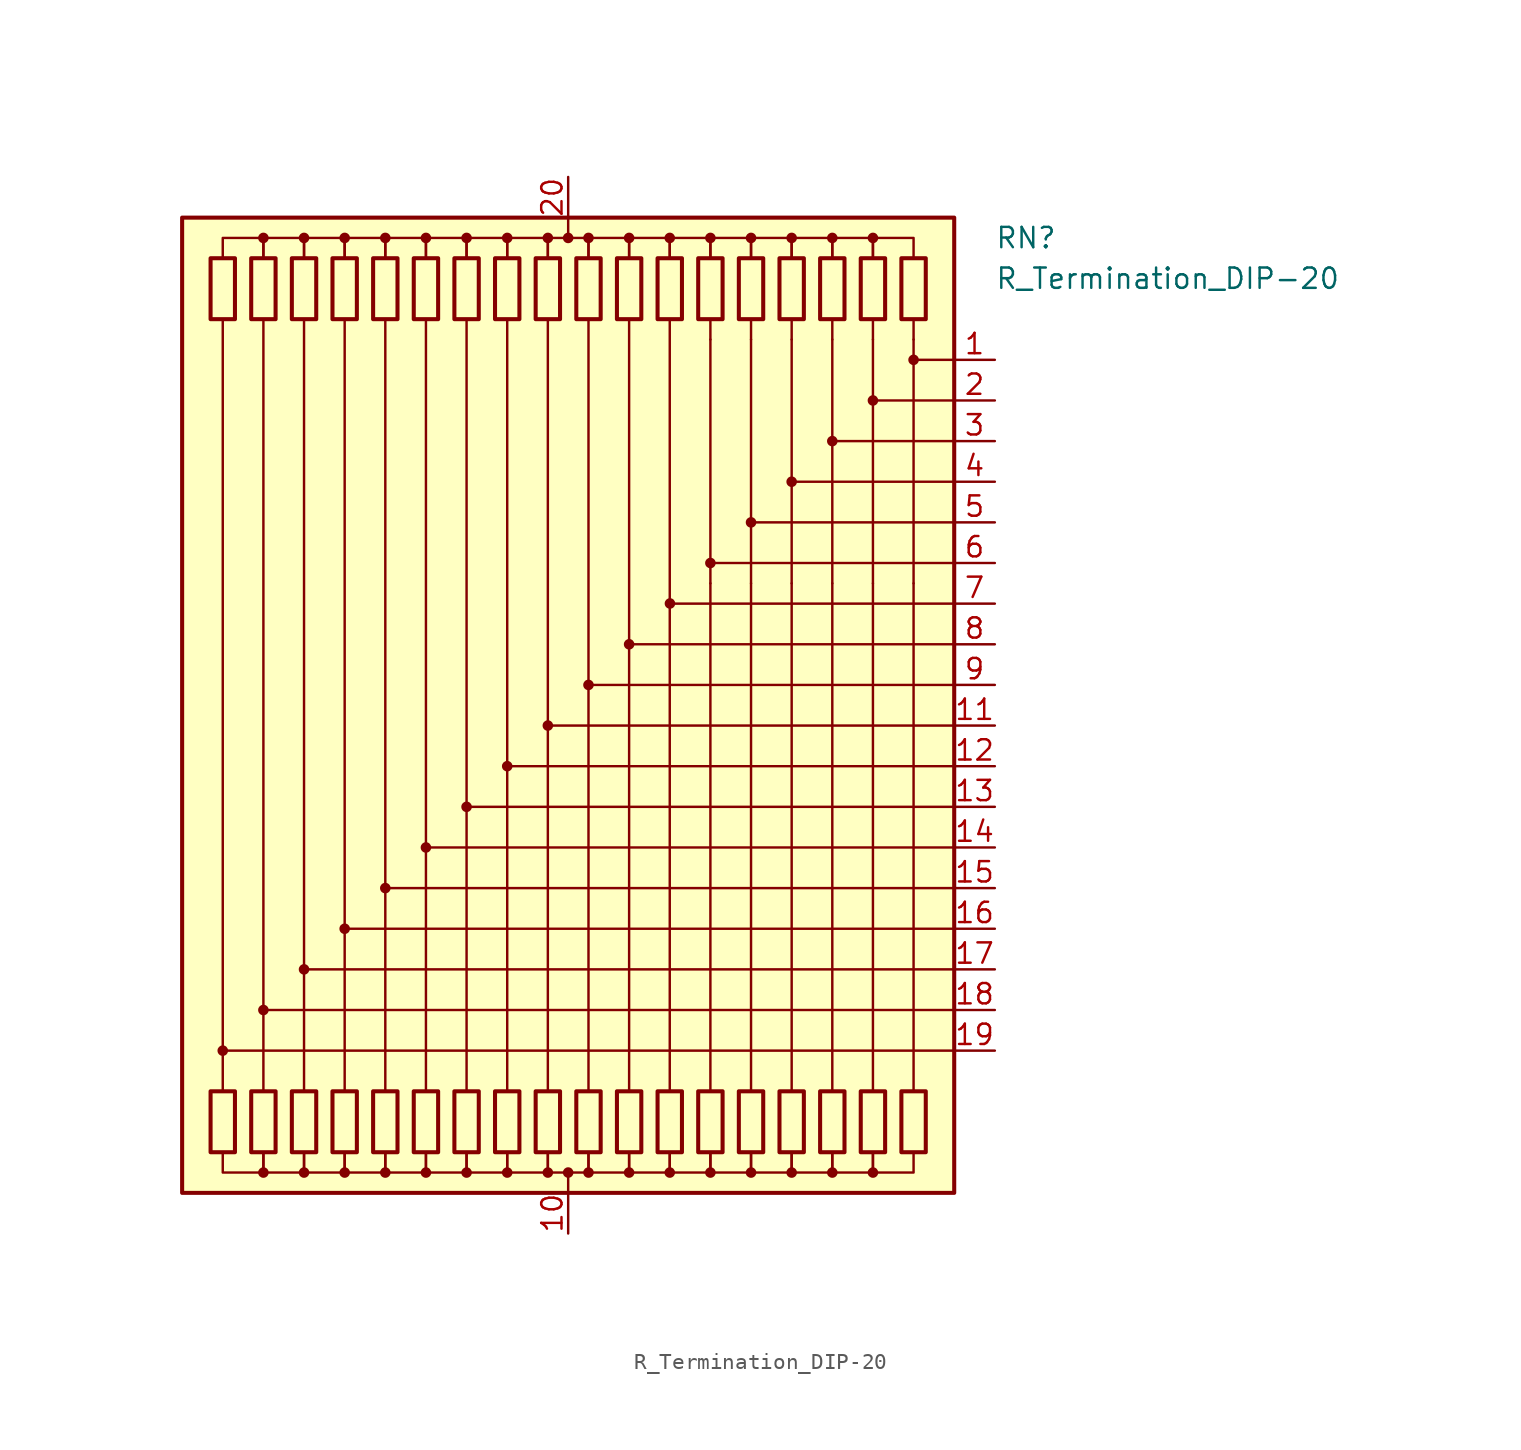
<source format=kicad_sym>
(kicad_symbol_lib
  (version 20211014)
  (generator kicad_symbol_editor)
  (symbol "R_Termination_DIP-20"
    (pin_names
      (offset 0.002) hide)
    (property "Reference" "RN"
      (at 26.67 29.21 0)
      (effects (font (size 1.27 1.27)) (justify left)))
    (property "Value" "R_Termination_DIP-20"
      (at 26.67 26.67 0)
      (effects (font (size 1.27 1.27)) (justify left)))
    (symbol "R_Termination_DIP-20_0_1"
      (rectangle (start -24.13 30.48) (end 24.13 -30.48) (stroke (width 0.254) (type default) (color 0 0 0 0)) (fill (type background)))
      (rectangle (start -22.352 27.94) (end -20.828 24.13) (stroke (width 0.254) (type default) (color 0 0 0 0)) (fill (type none)))
      (circle (center -21.59 -21.59) (radius 0.254) (stroke (width 0) (type default) (color 0 0 0 0)) (fill (type outline)))
      (rectangle (start -20.828 -27.94) (end -22.352 -24.13) (stroke (width 0.254) (type default) (color 0 0 0 0)) (fill (type none)))
      (rectangle (start -19.812 27.94) (end -18.288 24.13) (stroke (width 0.254) (type default) (color 0 0 0 0)) (fill (type none)))
      (circle (center -19.05 -29.21) (radius 0.254) (stroke (width 0) (type default) (color 0 0 0 0)) (fill (type outline)))
      (circle (center -19.05 -19.05) (radius 0.254) (stroke (width 0) (type default) (color 0 0 0 0)) (fill (type outline)))
      (circle (center -19.05 29.21) (radius 0.254) (stroke (width 0) (type default) (color 0 0 0 0)) (fill (type outline)))
      (rectangle (start -18.288 -27.94) (end -19.812 -24.13) (stroke (width 0.254) (type default) (color 0 0 0 0)) (fill (type none)))
      (rectangle (start -17.272 27.94) (end -15.748 24.13) (stroke (width 0.254) (type default) (color 0 0 0 0)) (fill (type none)))
      (circle (center -16.51 -29.21) (radius 0.254) (stroke (width 0) (type default) (color 0 0 0 0)) (fill (type outline)))
      (circle (center -16.51 -16.51) (radius 0.254) (stroke (width 0) (type default) (color 0 0 0 0)) (fill (type outline)))
      (circle (center -16.51 29.21) (radius 0.254) (stroke (width 0) (type default) (color 0 0 0 0)) (fill (type outline)))
      (rectangle (start -15.748 -27.94) (end -17.272 -24.13) (stroke (width 0.254) (type default) (color 0 0 0 0)) (fill (type none)))
      (rectangle (start -14.732 27.94) (end -13.208 24.13) (stroke (width 0.254) (type default) (color 0 0 0 0)) (fill (type none)))
      (circle (center -13.97 -29.21) (radius 0.254) (stroke (width 0) (type default) (color 0 0 0 0)) (fill (type outline)))
      (circle (center -13.97 -13.97) (radius 0.254) (stroke (width 0) (type default) (color 0 0 0 0)) (fill (type outline)))
      (circle (center -13.97 29.21) (radius 0.254) (stroke (width 0) (type default) (color 0 0 0 0)) (fill (type outline)))
      (rectangle (start -13.208 -27.94) (end -14.732 -24.13) (stroke (width 0.254) (type default) (color 0 0 0 0)) (fill (type none)))
      (rectangle (start -12.192 27.94) (end -10.668 24.13) (stroke (width 0.254) (type default) (color 0 0 0 0)) (fill (type none)))
      (circle (center -11.43 -29.21) (radius 0.254) (stroke (width 0) (type default) (color 0 0 0 0)) (fill (type outline)))
      (circle (center -11.43 -11.43) (radius 0.254) (stroke (width 0) (type default) (color 0 0 0 0)) (fill (type outline)))
      (circle (center -11.43 29.21) (radius 0.254) (stroke (width 0) (type default) (color 0 0 0 0)) (fill (type outline)))
      (rectangle (start -10.668 -27.94) (end -12.192 -24.13) (stroke (width 0.254) (type default) (color 0 0 0 0)) (fill (type none)))
      (rectangle (start -9.652 27.94) (end -8.128 24.13) (stroke (width 0.254) (type default) (color 0 0 0 0)) (fill (type none)))
      (circle (center -8.89 -29.21) (radius 0.254) (stroke (width 0) (type default) (color 0 0 0 0)) (fill (type outline)))
      (circle (center -8.89 -8.89) (radius 0.254) (stroke (width 0) (type default) (color 0 0 0 0)) (fill (type outline)))
      (circle (center -8.89 29.21) (radius 0.254) (stroke (width 0) (type default) (color 0 0 0 0)) (fill (type outline)))
      (rectangle (start -8.128 -27.94) (end -9.652 -24.13) (stroke (width 0.254) (type default) (color 0 0 0 0)) (fill (type none)))
      (rectangle (start -7.112 27.94) (end -5.588 24.13) (stroke (width 0.254) (type default) (color 0 0 0 0)) (fill (type none)))
      (circle (center -6.35 -29.21) (radius 0.254) (stroke (width 0) (type default) (color 0 0 0 0)) (fill (type outline)))
      (circle (center -6.35 -6.35) (radius 0.254) (stroke (width 0) (type default) (color 0 0 0 0)) (fill (type outline)))
      (circle (center -6.35 29.21) (radius 0.254) (stroke (width 0) (type default) (color 0 0 0 0)) (fill (type outline)))
      (rectangle (start -5.588 -27.94) (end -7.112 -24.13) (stroke (width 0.254) (type default) (color 0 0 0 0)) (fill (type none)))
      (rectangle (start -4.572 27.94) (end -3.048 24.13) (stroke (width 0.254) (type default) (color 0 0 0 0)) (fill (type none)))
      (circle (center -3.81 -29.21) (radius 0.254) (stroke (width 0) (type default) (color 0 0 0 0)) (fill (type outline)))
      (circle (center -3.81 -3.81) (radius 0.254) (stroke (width 0) (type default) (color 0 0 0 0)) (fill (type outline)))
      (circle (center -3.81 29.21) (radius 0.254) (stroke (width 0) (type default) (color 0 0 0 0)) (fill (type outline)))
      (rectangle (start -3.048 -27.94) (end -4.572 -24.13) (stroke (width 0.254) (type default) (color 0 0 0 0)) (fill (type none)))
      (rectangle (start -2.032 27.94) (end -0.508 24.13) (stroke (width 0.254) (type default) (color 0 0 0 0)) (fill (type none)))
      (circle (center -1.27 -29.21) (radius 0.254) (stroke (width 0) (type default) (color 0 0 0 0)) (fill (type outline)))
      (circle (center -1.27 -1.27) (radius 0.254) (stroke (width 0) (type default) (color 0 0 0 0)) (fill (type outline)))
      (circle (center -1.27 29.21) (radius 0.254) (stroke (width 0) (type default) (color 0 0 0 0)) (fill (type outline)))
      (rectangle (start -0.508 -27.94) (end -2.032 -24.13) (stroke (width 0.254) (type default) (color 0 0 0 0)) (fill (type none)))
      (circle (center 0 -29.21) (radius 0.254) (stroke (width 0) (type default) (color 0 0 0 0)) (fill (type outline)))
      (polyline (pts (xy -21.59 -21.59) (xy 24.13 -21.59)) (stroke (width 0.152) (type default) (color 0 0 0 0)) (fill (type none)))
      (polyline (pts (xy -21.59 24.13) (xy -21.59 -24.13)) (stroke (width 0) (type default) (color 0 0 0 0)) (fill (type none)))
      (polyline (pts (xy -19.05 24.13) (xy -19.05 -24.13)) (stroke (width 0) (type default) (color 0 0 0 0)) (fill (type none)))
      (polyline (pts (xy -16.51 24.13) (xy -16.51 -24.13)) (stroke (width 0) (type default) (color 0 0 0 0)) (fill (type none)))
      (polyline (pts (xy -13.97 24.13) (xy -13.97 -24.13)) (stroke (width 0) (type default) (color 0 0 0 0)) (fill (type none)))
      (polyline (pts (xy -11.43 24.13) (xy -11.43 -24.13)) (stroke (width 0) (type default) (color 0 0 0 0)) (fill (type none)))
      (polyline (pts (xy -8.89 24.13) (xy -8.89 -24.13)) (stroke (width 0) (type default) (color 0 0 0 0)) (fill (type none)))
      (polyline (pts (xy -6.35 24.13) (xy -6.35 -24.13)) (stroke (width 0) (type default) (color 0 0 0 0)) (fill (type none)))
      (polyline (pts (xy -3.81 24.13) (xy -3.81 -24.13)) (stroke (width 0) (type default) (color 0 0 0 0)) (fill (type none)))
      (polyline (pts (xy -1.27 24.13) (xy -1.27 -24.13)) (stroke (width 0) (type default) (color 0 0 0 0)) (fill (type none)))
      (polyline (pts (xy 0 -30.48) (xy 0 -29.21)) (stroke (width 0) (type default) (color 0 0 0 0)) (fill (type none)))
      (polyline (pts (xy 0 30.48) (xy 0 29.21)) (stroke (width 0) (type default) (color 0 0 0 0)) (fill (type none)))
      (polyline (pts (xy 1.27 24.13) (xy 1.27 -24.13)) (stroke (width 0) (type default) (color 0 0 0 0)) (fill (type none)))
      (polyline (pts (xy 3.81 24.13) (xy 3.81 -24.13)) (stroke (width 0) (type default) (color 0 0 0 0)) (fill (type none)))
      (polyline (pts (xy 6.35 24.13) (xy 6.35 -24.13)) (stroke (width 0) (type default) (color 0 0 0 0)) (fill (type none)))
      (polyline (pts (xy 8.89 -24.13) (xy 8.89 7.62)) (stroke (width 0) (type default) (color 0 0 0 0)) (fill (type none)))
      (polyline (pts (xy 8.89 22.86) (xy 8.89 7.62)) (stroke (width 0.152) (type default) (color 0 0 0 0)) (fill (type none)))
      (polyline (pts (xy 8.89 24.13) (xy 8.89 22.86)) (stroke (width 0) (type default) (color 0 0 0 0)) (fill (type none)))
      (polyline (pts (xy 11.43 -24.13) (xy 11.43 7.62)) (stroke (width 0) (type default) (color 0 0 0 0)) (fill (type none)))
      (polyline (pts (xy 11.43 22.86) (xy 11.43 7.62)) (stroke (width 0.152) (type default) (color 0 0 0 0)) (fill (type none)))
      (polyline (pts (xy 11.43 24.13) (xy 11.43 22.86)) (stroke (width 0) (type default) (color 0 0 0 0)) (fill (type none)))
      (polyline (pts (xy 13.97 -24.13) (xy 13.97 7.62)) (stroke (width 0) (type default) (color 0 0 0 0)) (fill (type none)))
      (polyline (pts (xy 13.97 22.86) (xy 13.97 7.62)) (stroke (width 0.152) (type default) (color 0 0 0 0)) (fill (type none)))
      (polyline (pts (xy 13.97 24.13) (xy 13.97 22.86)) (stroke (width 0) (type default) (color 0 0 0 0)) (fill (type none)))
      (polyline (pts (xy 16.51 -24.13) (xy 16.51 7.62)) (stroke (width 0) (type default) (color 0 0 0 0)) (fill (type none)))
      (polyline (pts (xy 16.51 22.86) (xy 16.51 7.62)) (stroke (width 0.152) (type default) (color 0 0 0 0)) (fill (type none)))
      (polyline (pts (xy 16.51 24.13) (xy 16.51 22.86)) (stroke (width 0) (type default) (color 0 0 0 0)) (fill (type none)))
      (polyline (pts (xy 19.05 -24.13) (xy 19.05 7.62)) (stroke (width 0) (type default) (color 0 0 0 0)) (fill (type none)))
      (polyline (pts (xy 19.05 22.86) (xy 19.05 7.62)) (stroke (width 0.152) (type default) (color 0 0 0 0)) (fill (type none)))
      (polyline (pts (xy 19.05 24.13) (xy 19.05 22.86)) (stroke (width 0) (type default) (color 0 0 0 0)) (fill (type none)))
      (polyline (pts (xy 21.59 -24.13) (xy 21.59 7.62)) (stroke (width 0) (type default) (color 0 0 0 0)) (fill (type none)))
      (polyline (pts (xy 21.59 22.86) (xy 21.59 7.62)) (stroke (width 0.152) (type default) (color 0 0 0 0)) (fill (type none)))
      (polyline (pts (xy 21.59 24.13) (xy 21.59 22.86)) (stroke (width 0) (type default) (color 0 0 0 0)) (fill (type none)))
      (polyline (pts (xy 24.13 -19.05) (xy -19.05 -19.05)) (stroke (width 0.152) (type default) (color 0 0 0 0)) (fill (type none)))
      (polyline (pts (xy 24.13 -16.51) (xy -16.51 -16.51)) (stroke (width 0.152) (type default) (color 0 0 0 0)) (fill (type none)))
      (polyline (pts (xy 24.13 -13.97) (xy -13.97 -13.97)) (stroke (width 0.152) (type default) (color 0 0 0 0)) (fill (type none)))
      (polyline (pts (xy 24.13 -11.43) (xy -11.43 -11.43)) (stroke (width 0.152) (type default) (color 0 0 0 0)) (fill (type none)))
      (polyline (pts (xy 24.13 -8.89) (xy -8.89 -8.89)) (stroke (width 0.152) (type default) (color 0 0 0 0)) (fill (type none)))
      (polyline (pts (xy 24.13 -6.35) (xy -6.35 -6.35)) (stroke (width 0.152) (type default) (color 0 0 0 0)) (fill (type none)))
      (polyline (pts (xy 24.13 -3.81) (xy -3.81 -3.81)) (stroke (width 0.152) (type default) (color 0 0 0 0)) (fill (type none)))
      (polyline (pts (xy 24.13 -1.27) (xy -1.27 -1.27)) (stroke (width 0.152) (type default) (color 0 0 0 0)) (fill (type none)))
      (polyline (pts (xy 24.13 1.27) (xy 1.27 1.27)) (stroke (width 0.152) (type default) (color 0 0 0 0)) (fill (type none)))
      (polyline (pts (xy 24.13 3.81) (xy 3.81 3.81)) (stroke (width 0.152) (type default) (color 0 0 0 0)) (fill (type none)))
      (polyline (pts (xy 24.13 6.35) (xy 6.35 6.35)) (stroke (width 0.152) (type default) (color 0 0 0 0)) (fill (type none)))
      (polyline (pts (xy 24.13 8.89) (xy 8.89 8.89)) (stroke (width 0.152) (type default) (color 0 0 0 0)) (fill (type none)))
      (polyline (pts (xy 24.13 11.43) (xy 11.43 11.43)) (stroke (width 0.152) (type default) (color 0 0 0 0)) (fill (type none)))
      (polyline (pts (xy 24.13 13.97) (xy 13.97 13.97)) (stroke (width 0.152) (type default) (color 0 0 0 0)) (fill (type none)))
      (polyline (pts (xy 24.13 16.51) (xy 16.51 16.51)) (stroke (width 0.152) (type default) (color 0 0 0 0)) (fill (type none)))
      (polyline (pts (xy 24.13 19.05) (xy 19.05 19.05)) (stroke (width 0.152) (type default) (color 0 0 0 0)) (fill (type none)))
      (polyline (pts (xy 24.13 21.59) (xy 21.59 21.59)) (stroke (width 0.152) (type default) (color 0 0 0 0)) (fill (type none)))
      (polyline (pts (xy -21.59 27.94) (xy -21.59 29.21) (xy -19.05 29.21) (xy -19.05 27.94)) (stroke (width 0) (type default) (color 0 0 0 0)) (fill (type none)))
      (polyline (pts (xy -19.05 -27.94) (xy -19.05 -29.21) (xy -21.59 -29.21) (xy -21.59 -27.94)) (stroke (width 0) (type default) (color 0 0 0 0)) (fill (type none)))
      (polyline (pts (xy -19.05 27.94) (xy -19.05 29.21) (xy -16.51 29.21) (xy -16.51 27.94)) (stroke (width 0) (type default) (color 0 0 0 0)) (fill (type none)))
      (polyline (pts (xy -16.51 -27.94) (xy -16.51 -29.21) (xy -19.05 -29.21) (xy -19.05 -27.94)) (stroke (width 0) (type default) (color 0 0 0 0)) (fill (type none)))
      (polyline (pts (xy -16.51 27.94) (xy -16.51 29.21) (xy -13.97 29.21) (xy -13.97 27.94)) (stroke (width 0) (type default) (color 0 0 0 0)) (fill (type none)))
      (polyline (pts (xy -13.97 -27.94) (xy -13.97 -29.21) (xy -16.51 -29.21) (xy -16.51 -27.94)) (stroke (width 0) (type default) (color 0 0 0 0)) (fill (type none)))
      (polyline (pts (xy -13.97 27.94) (xy -13.97 29.21) (xy -11.43 29.21) (xy -11.43 27.94)) (stroke (width 0) (type default) (color 0 0 0 0)) (fill (type none)))
      (polyline (pts (xy -11.43 -27.94) (xy -11.43 -29.21) (xy -13.97 -29.21) (xy -13.97 -27.94)) (stroke (width 0) (type default) (color 0 0 0 0)) (fill (type none)))
      (polyline (pts (xy -11.43 27.94) (xy -11.43 29.21) (xy -8.89 29.21) (xy -8.89 27.94)) (stroke (width 0) (type default) (color 0 0 0 0)) (fill (type none)))
      (polyline (pts (xy -8.89 -27.94) (xy -8.89 -29.21) (xy -11.43 -29.21) (xy -11.43 -27.94)) (stroke (width 0) (type default) (color 0 0 0 0)) (fill (type none)))
      (polyline (pts (xy -8.89 27.94) (xy -8.89 29.21) (xy -6.35 29.21) (xy -6.35 27.94)) (stroke (width 0) (type default) (color 0 0 0 0)) (fill (type none)))
      (polyline (pts (xy -6.35 -27.94) (xy -6.35 -29.21) (xy -8.89 -29.21) (xy -8.89 -27.94)) (stroke (width 0) (type default) (color 0 0 0 0)) (fill (type none)))
      (polyline (pts (xy -6.35 27.94) (xy -6.35 29.21) (xy -3.81 29.21) (xy -3.81 27.94)) (stroke (width 0) (type default) (color 0 0 0 0)) (fill (type none)))
      (polyline (pts (xy -3.81 -27.94) (xy -3.81 -29.21) (xy -6.35 -29.21) (xy -6.35 -27.94)) (stroke (width 0) (type default) (color 0 0 0 0)) (fill (type none)))
      (polyline (pts (xy -3.81 27.94) (xy -3.81 29.21) (xy -1.27 29.21) (xy -1.27 27.94)) (stroke (width 0) (type default) (color 0 0 0 0)) (fill (type none)))
      (polyline (pts (xy -1.27 -27.94) (xy -1.27 -29.21) (xy -3.81 -29.21) (xy -3.81 -27.94)) (stroke (width 0) (type default) (color 0 0 0 0)) (fill (type none)))
      (polyline (pts (xy -1.27 27.94) (xy -1.27 29.21) (xy 1.27 29.21) (xy 1.27 27.94)) (stroke (width 0) (type default) (color 0 0 0 0)) (fill (type none)))
      (polyline (pts (xy 1.27 -27.94) (xy 1.27 -29.21) (xy -1.27 -29.21) (xy -1.27 -27.94)) (stroke (width 0) (type default) (color 0 0 0 0)) (fill (type none)))
      (polyline (pts (xy 1.27 27.94) (xy 1.27 29.21) (xy 3.81 29.21) (xy 3.81 27.94)) (stroke (width 0) (type default) (color 0 0 0 0)) (fill (type none)))
      (polyline (pts (xy 3.81 -27.94) (xy 3.81 -29.21) (xy 1.27 -29.21) (xy 1.27 -27.94)) (stroke (width 0) (type default) (color 0 0 0 0)) (fill (type none)))
      (polyline (pts (xy 3.81 27.94) (xy 3.81 29.21) (xy 6.35 29.21) (xy 6.35 27.94)) (stroke (width 0) (type default) (color 0 0 0 0)) (fill (type none)))
      (polyline (pts (xy 6.35 -27.94) (xy 6.35 -29.21) (xy 3.81 -29.21) (xy 3.81 -27.94)) (stroke (width 0) (type default) (color 0 0 0 0)) (fill (type none)))
      (polyline (pts (xy 6.35 27.94) (xy 6.35 29.21) (xy 8.89 29.21) (xy 8.89 27.94)) (stroke (width 0) (type default) (color 0 0 0 0)) (fill (type none)))
      (polyline (pts (xy 8.89 -27.94) (xy 8.89 -29.21) (xy 6.35 -29.21) (xy 6.35 -27.94)) (stroke (width 0) (type default) (color 0 0 0 0)) (fill (type none)))
      (polyline (pts (xy 8.89 27.94) (xy 8.89 29.21) (xy 11.43 29.21) (xy 11.43 27.94)) (stroke (width 0) (type default) (color 0 0 0 0)) (fill (type none)))
      (polyline (pts (xy 11.43 -27.94) (xy 11.43 -29.21) (xy 8.89 -29.21) (xy 8.89 -27.94)) (stroke (width 0) (type default) (color 0 0 0 0)) (fill (type none)))
      (polyline (pts (xy 11.43 27.94) (xy 11.43 29.21) (xy 13.97 29.21) (xy 13.97 27.94)) (stroke (width 0) (type default) (color 0 0 0 0)) (fill (type none)))
      (polyline (pts (xy 13.97 -27.94) (xy 13.97 -29.21) (xy 11.43 -29.21) (xy 11.43 -27.94)) (stroke (width 0) (type default) (color 0 0 0 0)) (fill (type none)))
      (polyline (pts (xy 13.97 27.94) (xy 13.97 29.21) (xy 16.51 29.21) (xy 16.51 27.94)) (stroke (width 0) (type default) (color 0 0 0 0)) (fill (type none)))
      (polyline (pts (xy 16.51 -27.94) (xy 16.51 -29.21) (xy 13.97 -29.21) (xy 13.97 -27.94)) (stroke (width 0) (type default) (color 0 0 0 0)) (fill (type none)))
      (polyline (pts (xy 16.51 27.94) (xy 16.51 29.21) (xy 19.05 29.21) (xy 19.05 27.94)) (stroke (width 0) (type default) (color 0 0 0 0)) (fill (type none)))
      (polyline (pts (xy 19.05 -27.94) (xy 19.05 -29.21) (xy 16.51 -29.21) (xy 16.51 -27.94)) (stroke (width 0) (type default) (color 0 0 0 0)) (fill (type none)))
      (polyline (pts (xy 19.05 27.94) (xy 19.05 29.21) (xy 21.59 29.21) (xy 21.59 27.94)) (stroke (width 0) (type default) (color 0 0 0 0)) (fill (type none)))
      (polyline (pts (xy 21.59 -27.94) (xy 21.59 -29.21) (xy 19.05 -29.21) (xy 19.05 -27.94)) (stroke (width 0) (type default) (color 0 0 0 0)) (fill (type none)))
      (circle (center 0 29.21) (radius 0.254) (stroke (width 0) (type default) (color 0 0 0 0)) (fill (type outline)))
      (rectangle (start 0.508 27.94) (end 2.032 24.13) (stroke (width 0.254) (type default) (color 0 0 0 0)) (fill (type none)))
      (circle (center 1.27 -29.21) (radius 0.254) (stroke (width 0) (type default) (color 0 0 0 0)) (fill (type outline)))
      (circle (center 1.27 1.27) (radius 0.254) (stroke (width 0) (type default) (color 0 0 0 0)) (fill (type outline)))
      (circle (center 1.27 29.21) (radius 0.254) (stroke (width 0) (type default) (color 0 0 0 0)) (fill (type outline)))
      (rectangle (start 2.032 -27.94) (end 0.508 -24.13) (stroke (width 0.254) (type default) (color 0 0 0 0)) (fill (type none)))
      (rectangle (start 3.048 27.94) (end 4.572 24.13) (stroke (width 0.254) (type default) (color 0 0 0 0)) (fill (type none)))
      (circle (center 3.81 -29.21) (radius 0.254) (stroke (width 0) (type default) (color 0 0 0 0)) (fill (type outline)))
      (circle (center 3.81 3.81) (radius 0.254) (stroke (width 0) (type default) (color 0 0 0 0)) (fill (type outline)))
      (circle (center 3.81 29.21) (radius 0.254) (stroke (width 0) (type default) (color 0 0 0 0)) (fill (type outline)))
      (rectangle (start 4.572 -27.94) (end 3.048 -24.13) (stroke (width 0.254) (type default) (color 0 0 0 0)) (fill (type none)))
      (rectangle (start 5.588 27.94) (end 7.112 24.13) (stroke (width 0.254) (type default) (color 0 0 0 0)) (fill (type none)))
      (circle (center 6.35 -29.21) (radius 0.254) (stroke (width 0) (type default) (color 0 0 0 0)) (fill (type outline)))
      (circle (center 6.35 29.21) (radius 0.254) (stroke (width 0) (type default) (color 0 0 0 0)) (fill (type outline)))
      (circle (center 6.362 6.361) (radius 0.254) (stroke (width 0) (type default) (color 0 0 0 0)) (fill (type outline)))
      (rectangle (start 7.112 -27.94) (end 5.588 -24.13) (stroke (width 0.254) (type default) (color 0 0 0 0)) (fill (type none)))
      (rectangle (start 8.128 27.94) (end 9.652 24.13) (stroke (width 0.254) (type default) (color 0 0 0 0)) (fill (type none)))
      (circle (center 8.89 -29.21) (radius 0.254) (stroke (width 0) (type default) (color 0 0 0 0)) (fill (type outline)))
      (circle (center 8.89 8.89) (radius 0.254) (stroke (width 0) (type default) (color 0 0 0 0)) (fill (type outline)))
      (circle (center 8.89 29.21) (radius 0.254) (stroke (width 0) (type default) (color 0 0 0 0)) (fill (type outline)))
      (rectangle (start 9.652 -27.94) (end 8.128 -24.13) (stroke (width 0.254) (type default) (color 0 0 0 0)) (fill (type none)))
      (rectangle (start 10.668 27.94) (end 12.192 24.13) (stroke (width 0.254) (type default) (color 0 0 0 0)) (fill (type none)))
      (circle (center 11.43 -29.21) (radius 0.254) (stroke (width 0) (type default) (color 0 0 0 0)) (fill (type outline)))
      (circle (center 11.43 11.43) (radius 0.254) (stroke (width 0) (type default) (color 0 0 0 0)) (fill (type outline)))
      (circle (center 11.43 29.21) (radius 0.254) (stroke (width 0) (type default) (color 0 0 0 0)) (fill (type outline)))
      (rectangle (start 12.192 -27.94) (end 10.668 -24.13) (stroke (width 0.254) (type default) (color 0 0 0 0)) (fill (type none)))
      (rectangle (start 13.208 27.94) (end 14.732 24.13) (stroke (width 0.254) (type default) (color 0 0 0 0)) (fill (type none)))
      (circle (center 13.97 -29.21) (radius 0.254) (stroke (width 0) (type default) (color 0 0 0 0)) (fill (type outline)))
      (circle (center 13.97 13.97) (radius 0.254) (stroke (width 0) (type default) (color 0 0 0 0)) (fill (type outline)))
      (circle (center 13.97 29.21) (radius 0.254) (stroke (width 0) (type default) (color 0 0 0 0)) (fill (type outline)))
      (rectangle (start 14.732 -27.94) (end 13.208 -24.13) (stroke (width 0.254) (type default) (color 0 0 0 0)) (fill (type none)))
      (rectangle (start 15.748 27.94) (end 17.272 24.13) (stroke (width 0.254) (type default) (color 0 0 0 0)) (fill (type none)))
      (circle (center 16.51 -29.21) (radius 0.254) (stroke (width 0) (type default) (color 0 0 0 0)) (fill (type outline)))
      (circle (center 16.51 16.51) (radius 0.254) (stroke (width 0) (type default) (color 0 0 0 0)) (fill (type outline)))
      (circle (center 16.51 29.21) (radius 0.254) (stroke (width 0) (type default) (color 0 0 0 0)) (fill (type outline)))
      (rectangle (start 17.272 -27.94) (end 15.748 -24.13) (stroke (width 0.254) (type default) (color 0 0 0 0)) (fill (type none)))
      (rectangle (start 18.288 27.94) (end 19.812 24.13) (stroke (width 0.254) (type default) (color 0 0 0 0)) (fill (type none)))
      (circle (center 19.05 -29.21) (radius 0.254) (stroke (width 0) (type default) (color 0 0 0 0)) (fill (type outline)))
      (circle (center 19.05 19.05) (radius 0.254) (stroke (width 0) (type default) (color 0 0 0 0)) (fill (type outline)))
      (circle (center 19.05 29.21) (radius 0.254) (stroke (width 0) (type default) (color 0 0 0 0)) (fill (type outline)))
      (rectangle (start 19.812 -27.94) (end 18.288 -24.13) (stroke (width 0.254) (type default) (color 0 0 0 0)) (fill (type none)))
      (rectangle (start 20.828 27.94) (end 22.352 24.13) (stroke (width 0.254) (type default) (color 0 0 0 0)) (fill (type none)))
      (circle (center 21.59 21.59) (radius 0.254) (stroke (width 0) (type default) (color 0 0 0 0)) (fill (type outline)))
      (rectangle (start 22.352 -27.94) (end 20.828 -24.13) (stroke (width 0.254) (type default) (color 0 0 0 0)) (fill (type none))))
    (symbol "R_Termination_DIP-20_1_1"
      (pin passive line (at 26.67 21.59 180) (length 2.54) (name "R1" (effects (font (size 1.27 1.27)))) (number "1" (effects (font (size 1.27 1.27)))))
      (pin passive line (at 0 -33.02 90) (length 2.54) (name "common" (effects (font (size 1.27 1.27)))) (number "10" (effects (font (size 1.27 1.27)))))
      (pin passive line (at 26.67 -1.27 180) (length 2.54) (name "R11" (effects (font (size 1.27 1.27)))) (number "11" (effects (font (size 1.27 1.27)))))
      (pin passive line (at 26.67 -3.81 180) (length 2.54) (name "R12" (effects (font (size 1.27 1.27)))) (number "12" (effects (font (size 1.27 1.27)))))
      (pin passive line (at 26.67 -6.35 180) (length 2.54) (name "R13" (effects (font (size 1.27 1.27)))) (number "13" (effects (font (size 1.27 1.27)))))
      (pin passive line (at 26.67 -8.89 180) (length 2.54) (name "R14" (effects (font (size 1.27 1.27)))) (number "14" (effects (font (size 1.27 1.27)))))
      (pin passive line (at 26.67 -11.43 180) (length 2.54) (name "R15" (effects (font (size 1.27 1.27)))) (number "15" (effects (font (size 1.27 1.27)))))
      (pin passive line (at 26.67 -13.97 180) (length 2.54) (name "R16" (effects (font (size 1.27 1.27)))) (number "16" (effects (font (size 1.27 1.27)))))
      (pin passive line (at 26.67 -16.51 180) (length 2.54) (name "R17" (effects (font (size 1.27 1.27)))) (number "17" (effects (font (size 1.27 1.27)))))
      (pin passive line (at 26.67 -19.05 180) (length 2.54) (name "R18" (effects (font (size 1.27 1.27)))) (number "18" (effects (font (size 1.27 1.27)))))
      (pin passive line (at 26.67 -21.59 180) (length 2.54) (name "R19" (effects (font (size 1.27 1.27)))) (number "19" (effects (font (size 1.27 1.27)))))
      (pin passive line (at 26.67 19.05 180) (length 2.54) (name "R2" (effects (font (size 1.27 1.27)))) (number "2" (effects (font (size 1.27 1.27)))))
      (pin passive line (at 0 33.02 270) (length 2.54) (name "common" (effects (font (size 1.27 1.27)))) (number "20" (effects (font (size 1.27 1.27)))))
      (pin passive line (at 26.67 16.51 180) (length 2.54) (name "R3" (effects (font (size 1.27 1.27)))) (number "3" (effects (font (size 1.27 1.27)))))
      (pin passive line (at 26.67 13.97 180) (length 2.54) (name "R4" (effects (font (size 1.27 1.27)))) (number "4" (effects (font (size 1.27 1.27)))))
      (pin passive line (at 26.67 11.43 180) (length 2.54) (name "R5" (effects (font (size 1.27 1.27)))) (number "5" (effects (font (size 1.27 1.27)))))
      (pin passive line (at 26.67 8.89 180) (length 2.54) (name "R6" (effects (font (size 1.27 1.27)))) (number "6" (effects (font (size 1.27 1.27)))))
      (pin passive line (at 26.67 6.35 180) (length 2.54) (name "R7" (effects (font (size 1.27 1.27)))) (number "7" (effects (font (size 1.27 1.27)))))
      (pin passive line (at 26.67 3.81 180) (length 2.54) (name "R8" (effects (font (size 1.27 1.27)))) (number "8" (effects (font (size 1.27 1.27)))))
      (pin passive line (at 26.67 1.27 180) (length 2.54) (name "R9" (effects (font (size 1.27 1.27)))) (number "9" (effects (font (size 1.27 1.27))))))))
</source>
